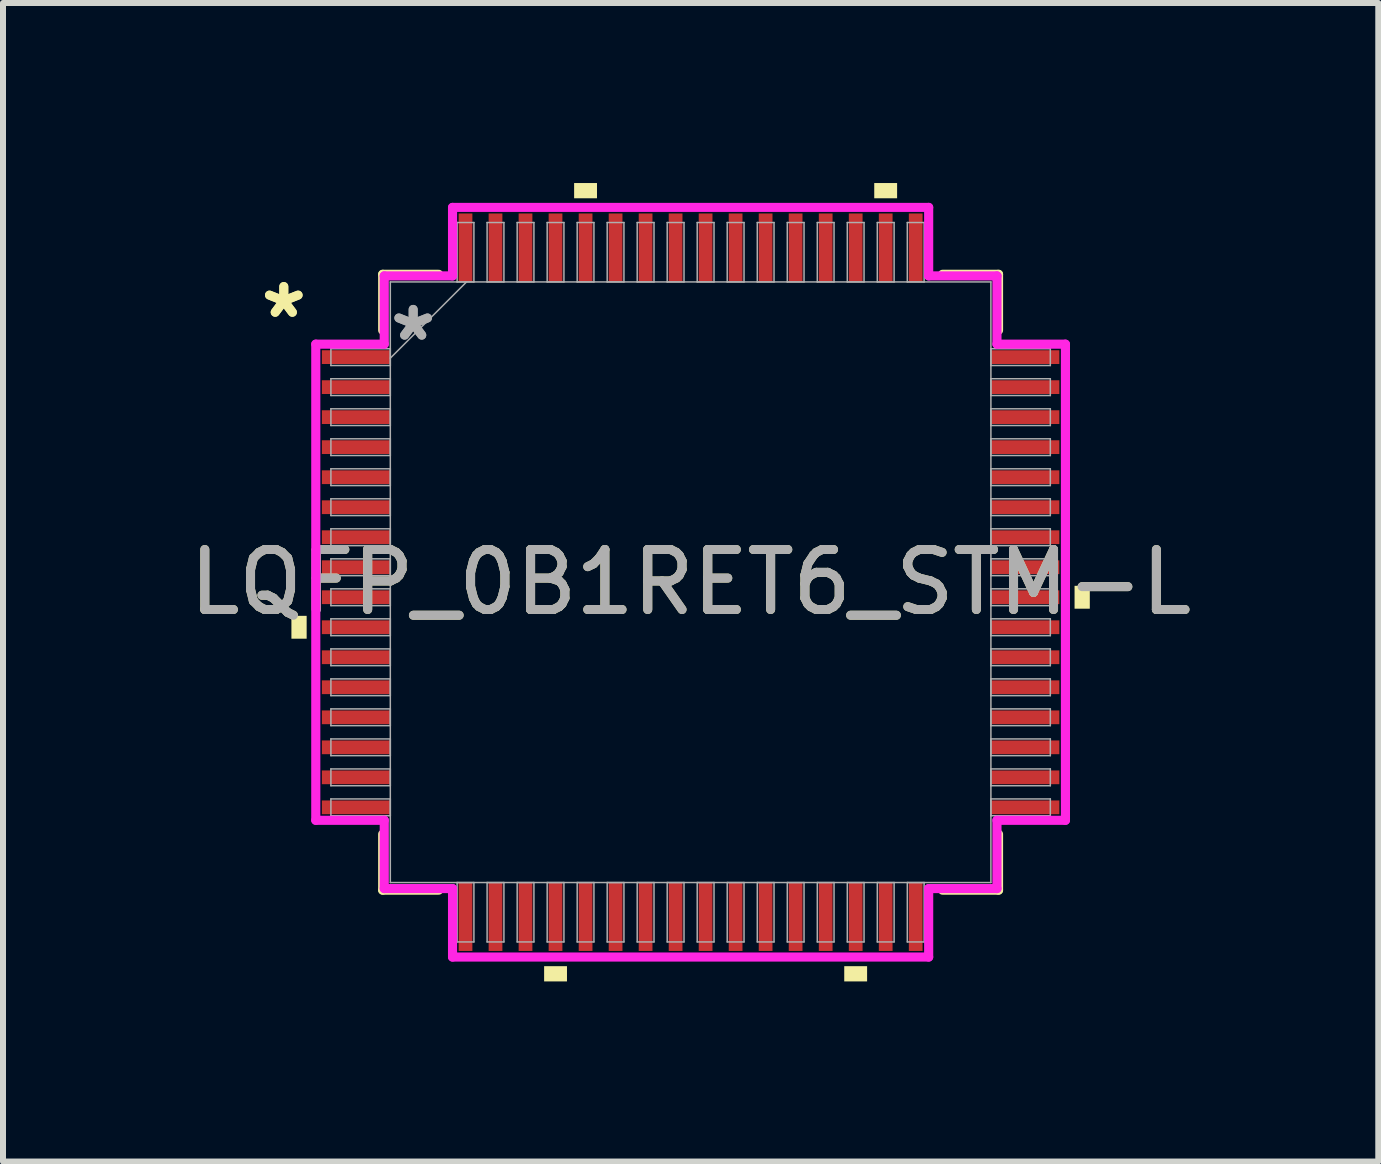
<source format=kicad_pcb>
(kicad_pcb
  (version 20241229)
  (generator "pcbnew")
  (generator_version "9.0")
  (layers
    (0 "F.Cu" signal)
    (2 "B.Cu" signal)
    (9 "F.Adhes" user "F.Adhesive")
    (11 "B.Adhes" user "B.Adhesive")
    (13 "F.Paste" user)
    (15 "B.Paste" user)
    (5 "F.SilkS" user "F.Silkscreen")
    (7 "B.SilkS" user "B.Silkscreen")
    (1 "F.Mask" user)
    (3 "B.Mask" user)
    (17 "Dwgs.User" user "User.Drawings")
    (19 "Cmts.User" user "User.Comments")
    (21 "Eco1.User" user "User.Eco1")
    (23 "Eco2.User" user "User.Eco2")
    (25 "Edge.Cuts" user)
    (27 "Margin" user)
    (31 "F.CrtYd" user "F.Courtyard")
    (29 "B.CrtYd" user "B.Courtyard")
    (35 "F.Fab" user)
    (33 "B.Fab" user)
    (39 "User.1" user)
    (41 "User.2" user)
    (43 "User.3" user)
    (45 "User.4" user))
  (footprint "LQFP_0B1RET6_STM-L"
    (layer "F.Cu")
    (at 8.458 6.652)
    (property "Reference" "LQFP_0B1RET6_STM-L" (at 0 0 0) (unlocked yes) (layer "F.SilkS") (effects (font (size 1 1) (thickness 0.15))))
    (attr smd)
    (fp_line (start -5.131 -5.131) (end -5.131 -4.198) (stroke (width 0.152) (type solid)) (layer "F.SilkS"))
    (fp_line (start -5.131 4.198) (end -5.131 5.131) (stroke (width 0.152) (type solid)) (layer "F.SilkS"))
    (fp_line (start -5.131 5.131) (end -4.198 5.131) (stroke (width 0.152) (type solid)) (layer "F.SilkS"))
    (fp_line (start -4.198 -5.131) (end -5.131 -5.131) (stroke (width 0.152) (type solid)) (layer "F.SilkS"))
    (fp_line (start 4.198 5.131) (end 5.131 5.131) (stroke (width 0.152) (type solid)) (layer "F.SilkS"))
    (fp_line (start 5.131 -5.131) (end 4.198 -5.131) (stroke (width 0.152) (type solid)) (layer "F.SilkS"))
    (fp_line (start 5.131 -4.198) (end 5.131 -5.131) (stroke (width 0.152) (type solid)) (layer "F.SilkS"))
    (fp_line (start 5.131 5.131) (end 5.131 4.198) (stroke (width 0.152) (type solid)) (layer "F.SilkS"))
    (fp_poly (pts (xy -6.652 0.56) (xy -6.652 0.941) (xy -6.398 0.941) (xy -6.398 0.56)) (stroke (width 0) (type solid)) (fill yes) (layer "F.SilkS"))
    (fp_poly (pts (xy -2.441 6.398) (xy -2.441 6.652) (xy -2.06 6.652) (xy -2.06 6.398)) (stroke (width 0) (type solid)) (fill yes) (layer "F.SilkS"))
    (fp_poly (pts (xy -1.941 -6.398) (xy -1.941 -6.652) (xy -1.56 -6.652) (xy -1.56 -6.398)) (stroke (width 0) (type solid)) (fill yes) (layer "F.SilkS"))
    (fp_poly (pts (xy 2.56 6.398) (xy 2.56 6.652) (xy 2.941 6.652) (xy 2.941 6.398)) (stroke (width 0) (type solid)) (fill yes) (layer "F.SilkS"))
    (fp_poly (pts (xy 3.06 -6.398) (xy 3.06 -6.652) (xy 3.441 -6.652) (xy 3.441 -6.398)) (stroke (width 0) (type solid)) (fill yes) (layer "F.SilkS"))
    (fp_poly (pts (xy 6.652 0.06) (xy 6.652 0.441) (xy 6.398 0.441) (xy 6.398 0.06)) (stroke (width 0) (type solid)) (fill yes) (layer "F.SilkS"))
    (fp_line (start -6.246 -3.967) (end -5.105 -3.967) (stroke (width 0.152) (type solid)) (layer "F.CrtYd"))
    (fp_line (start -6.246 3.967) (end -6.246 -3.967) (stroke (width 0.152) (type solid)) (layer "F.CrtYd"))
    (fp_line (start -5.105 -5.105) (end -3.967 -5.105) (stroke (width 0.152) (type solid)) (layer "F.CrtYd"))
    (fp_line (start -5.105 -3.967) (end -5.105 -5.105) (stroke (width 0.152) (type solid)) (layer "F.CrtYd"))
    (fp_line (start -5.105 3.967) (end -6.246 3.967) (stroke (width 0.152) (type solid)) (layer "F.CrtYd"))
    (fp_line (start -5.105 5.105) (end -5.105 3.967) (stroke (width 0.152) (type solid)) (layer "F.CrtYd"))
    (fp_line (start -5.105 5.105) (end -3.967 5.105) (stroke (width 0.152) (type solid)) (layer "F.CrtYd"))
    (fp_line (start -3.967 -6.246) (end 3.967 -6.246) (stroke (width 0.152) (type solid)) (layer "F.CrtYd"))
    (fp_line (start -3.967 -5.105) (end -3.967 -6.246) (stroke (width 0.152) (type solid)) (layer "F.CrtYd"))
    (fp_line (start -3.967 5.105) (end -3.967 6.246) (stroke (width 0.152) (type solid)) (layer "F.CrtYd"))
    (fp_line (start -3.967 6.246) (end 3.967 6.246) (stroke (width 0.152) (type solid)) (layer "F.CrtYd"))
    (fp_line (start 3.967 -6.246) (end 3.967 -5.105) (stroke (width 0.152) (type solid)) (layer "F.CrtYd"))
    (fp_line (start 3.967 -5.105) (end 5.105 -5.105) (stroke (width 0.152) (type solid)) (layer "F.CrtYd"))
    (fp_line (start 3.967 5.105) (end 5.105 5.105) (stroke (width 0.152) (type solid)) (layer "F.CrtYd"))
    (fp_line (start 3.967 6.246) (end 3.967 5.105) (stroke (width 0.152) (type solid)) (layer "F.CrtYd"))
    (fp_line (start 5.105 -3.967) (end 5.105 -5.105) (stroke (width 0.152) (type solid)) (layer "F.CrtYd"))
    (fp_line (start 5.105 3.967) (end 6.246 3.967) (stroke (width 0.152) (type solid)) (layer "F.CrtYd"))
    (fp_line (start 5.105 5.105) (end 5.105 3.967) (stroke (width 0.152) (type solid)) (layer "F.CrtYd"))
    (fp_line (start 6.246 -3.967) (end 5.105 -3.967) (stroke (width 0.152) (type solid)) (layer "F.CrtYd"))
    (fp_line (start 6.246 3.967) (end 6.246 -3.967) (stroke (width 0.152) (type solid)) (layer "F.CrtYd"))
    (fp_line (start -5.994 -3.891) (end -5.994 -3.611) (stroke (width 0.025) (type solid)) (layer "F.Fab"))
    (fp_line (start -5.994 -3.611) (end -5.004 -3.611) (stroke (width 0.025) (type solid)) (layer "F.Fab"))
    (fp_line (start -5.994 -3.391) (end -5.994 -3.111) (stroke (width 0.025) (type solid)) (layer "F.Fab"))
    (fp_line (start -5.994 -3.111) (end -5.004 -3.111) (stroke (width 0.025) (type solid)) (layer "F.Fab"))
    (fp_line (start -5.994 -2.89) (end -5.994 -2.611) (stroke (width 0.025) (type solid)) (layer "F.Fab"))
    (fp_line (start -5.994 -2.611) (end -5.004 -2.611) (stroke (width 0.025) (type solid)) (layer "F.Fab"))
    (fp_line (start -5.994 -2.39) (end -5.994 -2.111) (stroke (width 0.025) (type solid)) (layer "F.Fab"))
    (fp_line (start -5.994 -2.111) (end -5.004 -2.111) (stroke (width 0.025) (type solid)) (layer "F.Fab"))
    (fp_line (start -5.994 -1.89) (end -5.994 -1.611) (stroke (width 0.025) (type solid)) (layer "F.Fab"))
    (fp_line (start -5.994 -1.611) (end -5.004 -1.611) (stroke (width 0.025) (type solid)) (layer "F.Fab"))
    (fp_line (start -5.994 -1.39) (end -5.994 -1.111) (stroke (width 0.025) (type solid)) (layer "F.Fab"))
    (fp_line (start -5.994 -1.111) (end -5.004 -1.111) (stroke (width 0.025) (type solid)) (layer "F.Fab"))
    (fp_line (start -5.994 -0.89) (end -5.994 -0.61) (stroke (width 0.025) (type solid)) (layer "F.Fab"))
    (fp_line (start -5.994 -0.61) (end -5.004 -0.61) (stroke (width 0.025) (type solid)) (layer "F.Fab"))
    (fp_line (start -5.994 -0.39) (end -5.994 -0.11) (stroke (width 0.025) (type solid)) (layer "F.Fab"))
    (fp_line (start -5.994 -0.11) (end -5.004 -0.11) (stroke (width 0.025) (type solid)) (layer "F.Fab"))
    (fp_line (start -5.994 0.11) (end -5.994 0.39) (stroke (width 0.025) (type solid)) (layer "F.Fab"))
    (fp_line (start -5.994 0.39) (end -5.004 0.39) (stroke (width 0.025) (type solid)) (layer "F.Fab"))
    (fp_line (start -5.994 0.61) (end -5.994 0.89) (stroke (width 0.025) (type solid)) (layer "F.Fab"))
    (fp_line (start -5.994 0.89) (end -5.004 0.89) (stroke (width 0.025) (type solid)) (layer "F.Fab"))
    (fp_line (start -5.994 1.111) (end -5.994 1.39) (stroke (width 0.025) (type solid)) (layer "F.Fab"))
    (fp_line (start -5.994 1.39) (end -5.004 1.39) (stroke (width 0.025) (type solid)) (layer "F.Fab"))
    (fp_line (start -5.994 1.611) (end -5.994 1.89) (stroke (width 0.025) (type solid)) (layer "F.Fab"))
    (fp_line (start -5.994 1.89) (end -5.004 1.89) (stroke (width 0.025) (type solid)) (layer "F.Fab"))
    (fp_line (start -5.994 2.111) (end -5.994 2.39) (stroke (width 0.025) (type solid)) (layer "F.Fab"))
    (fp_line (start -5.994 2.39) (end -5.004 2.39) (stroke (width 0.025) (type solid)) (layer "F.Fab"))
    (fp_line (start -5.994 2.611) (end -5.994 2.89) (stroke (width 0.025) (type solid)) (layer "F.Fab"))
    (fp_line (start -5.994 2.89) (end -5.004 2.89) (stroke (width 0.025) (type solid)) (layer "F.Fab"))
    (fp_line (start -5.994 3.111) (end -5.994 3.391) (stroke (width 0.025) (type solid)) (layer "F.Fab"))
    (fp_line (start -5.994 3.391) (end -5.004 3.391) (stroke (width 0.025) (type solid)) (layer "F.Fab"))
    (fp_line (start -5.994 3.611) (end -5.994 3.891) (stroke (width 0.025) (type solid)) (layer "F.Fab"))
    (fp_line (start -5.994 3.891) (end -5.004 3.891) (stroke (width 0.025) (type solid)) (layer "F.Fab"))
    (fp_line (start -5.004 -5.004) (end -5.004 5.004) (stroke (width 0.025) (type solid)) (layer "F.Fab"))
    (fp_line (start -5.004 -3.891) (end -5.994 -3.891) (stroke (width 0.025) (type solid)) (layer "F.Fab"))
    (fp_line (start -5.004 -3.734) (end -3.734 -5.004) (stroke (width 0.025) (type solid)) (layer "F.Fab"))
    (fp_line (start -5.004 -3.611) (end -5.004 -3.891) (stroke (width 0.025) (type solid)) (layer "F.Fab"))
    (fp_line (start -5.004 -3.391) (end -5.994 -3.391) (stroke (width 0.025) (type solid)) (layer "F.Fab"))
    (fp_line (start -5.004 -3.111) (end -5.004 -3.391) (stroke (width 0.025) (type solid)) (layer "F.Fab"))
    (fp_line (start -5.004 -2.89) (end -5.994 -2.89) (stroke (width 0.025) (type solid)) (layer "F.Fab"))
    (fp_line (start -5.004 -2.611) (end -5.004 -2.89) (stroke (width 0.025) (type solid)) (layer "F.Fab"))
    (fp_line (start -5.004 -2.39) (end -5.994 -2.39) (stroke (width 0.025) (type solid)) (layer "F.Fab"))
    (fp_line (start -5.004 -2.111) (end -5.004 -2.39) (stroke (width 0.025) (type solid)) (layer "F.Fab"))
    (fp_line (start -5.004 -1.89) (end -5.994 -1.89) (stroke (width 0.025) (type solid)) (layer "F.Fab"))
    (fp_line (start -5.004 -1.611) (end -5.004 -1.89) (stroke (width 0.025) (type solid)) (layer "F.Fab"))
    (fp_line (start -5.004 -1.39) (end -5.994 -1.39) (stroke (width 0.025) (type solid)) (layer "F.Fab"))
    (fp_line (start -5.004 -1.111) (end -5.004 -1.39) (stroke (width 0.025) (type solid)) (layer "F.Fab"))
    (fp_line (start -5.004 -0.89) (end -5.994 -0.89) (stroke (width 0.025) (type solid)) (layer "F.Fab"))
    (fp_line (start -5.004 -0.61) (end -5.004 -0.89) (stroke (width 0.025) (type solid)) (layer "F.Fab"))
    (fp_line (start -5.004 -0.39) (end -5.994 -0.39) (stroke (width 0.025) (type solid)) (layer "F.Fab"))
    (fp_line (start -5.004 -0.11) (end -5.004 -0.39) (stroke (width 0.025) (type solid)) (layer "F.Fab"))
    (fp_line (start -5.004 0.11) (end -5.994 0.11) (stroke (width 0.025) (type solid)) (layer "F.Fab"))
    (fp_line (start -5.004 0.39) (end -5.004 0.11) (stroke (width 0.025) (type solid)) (layer "F.Fab"))
    (fp_line (start -5.004 0.61) (end -5.994 0.61) (stroke (width 0.025) (type solid)) (layer "F.Fab"))
    (fp_line (start -5.004 0.89) (end -5.004 0.61) (stroke (width 0.025) (type solid)) (layer "F.Fab"))
    (fp_line (start -5.004 1.111) (end -5.994 1.111) (stroke (width 0.025) (type solid)) (layer "F.Fab"))
    (fp_line (start -5.004 1.39) (end -5.004 1.111) (stroke (width 0.025) (type solid)) (layer "F.Fab"))
    (fp_line (start -5.004 1.611) (end -5.994 1.611) (stroke (width 0.025) (type solid)) (layer "F.Fab"))
    (fp_line (start -5.004 1.89) (end -5.004 1.611) (stroke (width 0.025) (type solid)) (layer "F.Fab"))
    (fp_line (start -5.004 2.111) (end -5.994 2.111) (stroke (width 0.025) (type solid)) (layer "F.Fab"))
    (fp_line (start -5.004 2.39) (end -5.004 2.111) (stroke (width 0.025) (type solid)) (layer "F.Fab"))
    (fp_line (start -5.004 2.611) (end -5.994 2.611) (stroke (width 0.025) (type solid)) (layer "F.Fab"))
    (fp_line (start -5.004 2.89) (end -5.004 2.611) (stroke (width 0.025) (type solid)) (layer "F.Fab"))
    (fp_line (start -5.004 3.111) (end -5.994 3.111) (stroke (width 0.025) (type solid)) (layer "F.Fab"))
    (fp_line (start -5.004 3.391) (end -5.004 3.111) (stroke (width 0.025) (type solid)) (layer "F.Fab"))
    (fp_line (start -5.004 3.611) (end -5.994 3.611) (stroke (width 0.025) (type solid)) (layer "F.Fab"))
    (fp_line (start -5.004 3.891) (end -5.004 3.611) (stroke (width 0.025) (type solid)) (layer "F.Fab"))
    (fp_line (start -5.004 5.004) (end 5.004 5.004) (stroke (width 0.025) (type solid)) (layer "F.Fab"))
    (fp_line (start -3.891 -5.994) (end -3.891 -5.004) (stroke (width 0.025) (type solid)) (layer "F.Fab"))
    (fp_line (start -3.891 -5.004) (end -3.611 -5.004) (stroke (width 0.025) (type solid)) (layer "F.Fab"))
    (fp_line (start -3.891 5.004) (end -3.891 5.994) (stroke (width 0.025) (type solid)) (layer "F.Fab"))
    (fp_line (start -3.891 5.994) (end -3.611 5.994) (stroke (width 0.025) (type solid)) (layer "F.Fab"))
    (fp_line (start -3.611 -5.994) (end -3.891 -5.994) (stroke (width 0.025) (type solid)) (layer "F.Fab"))
    (fp_line (start -3.611 -5.004) (end -3.611 -5.994) (stroke (width 0.025) (type solid)) (layer "F.Fab"))
    (fp_line (start -3.611 5.004) (end -3.891 5.004) (stroke (width 0.025) (type solid)) (layer "F.Fab"))
    (fp_line (start -3.611 5.994) (end -3.611 5.004) (stroke (width 0.025) (type solid)) (layer "F.Fab"))
    (fp_line (start -3.391 -5.994) (end -3.391 -5.004) (stroke (width 0.025) (type solid)) (layer "F.Fab"))
    (fp_line (start -3.391 -5.004) (end -3.111 -5.004) (stroke (width 0.025) (type solid)) (layer "F.Fab"))
    (fp_line (start -3.391 5.004) (end -3.391 5.994) (stroke (width 0.025) (type solid)) (layer "F.Fab"))
    (fp_line (start -3.391 5.994) (end -3.111 5.994) (stroke (width 0.025) (type solid)) (layer "F.Fab"))
    (fp_line (start -3.111 -5.994) (end -3.391 -5.994) (stroke (width 0.025) (type solid)) (layer "F.Fab"))
    (fp_line (start -3.111 -5.004) (end -3.111 -5.994) (stroke (width 0.025) (type solid)) (layer "F.Fab"))
    (fp_line (start -3.111 5.004) (end -3.391 5.004) (stroke (width 0.025) (type solid)) (layer "F.Fab"))
    (fp_line (start -3.111 5.994) (end -3.111 5.004) (stroke (width 0.025) (type solid)) (layer "F.Fab"))
    (fp_line (start -2.89 -5.994) (end -2.89 -5.004) (stroke (width 0.025) (type solid)) (layer "F.Fab"))
    (fp_line (start -2.89 -5.004) (end -2.611 -5.004) (stroke (width 0.025) (type solid)) (layer "F.Fab"))
    (fp_line (start -2.89 5.004) (end -2.89 5.994) (stroke (width 0.025) (type solid)) (layer "F.Fab"))
    (fp_line (start -2.89 5.994) (end -2.611 5.994) (stroke (width 0.025) (type solid)) (layer "F.Fab"))
    (fp_line (start -2.611 -5.994) (end -2.89 -5.994) (stroke (width 0.025) (type solid)) (layer "F.Fab"))
    (fp_line (start -2.611 -5.004) (end -2.611 -5.994) (stroke (width 0.025) (type solid)) (layer "F.Fab"))
    (fp_line (start -2.611 5.004) (end -2.89 5.004) (stroke (width 0.025) (type solid)) (layer "F.Fab"))
    (fp_line (start -2.611 5.994) (end -2.611 5.004) (stroke (width 0.025) (type solid)) (layer "F.Fab"))
    (fp_line (start -2.39 -5.994) (end -2.39 -5.004) (stroke (width 0.025) (type solid)) (layer "F.Fab"))
    (fp_line (start -2.39 -5.004) (end -2.111 -5.004) (stroke (width 0.025) (type solid)) (layer "F.Fab"))
    (fp_line (start -2.39 5.004) (end -2.39 5.994) (stroke (width 0.025) (type solid)) (layer "F.Fab"))
    (fp_line (start -2.39 5.994) (end -2.111 5.994) (stroke (width 0.025) (type solid)) (layer "F.Fab"))
    (fp_line (start -2.111 -5.994) (end -2.39 -5.994) (stroke (width 0.025) (type solid)) (layer "F.Fab"))
    (fp_line (start -2.111 -5.004) (end -2.111 -5.994) (stroke (width 0.025) (type solid)) (layer "F.Fab"))
    (fp_line (start -2.111 5.004) (end -2.39 5.004) (stroke (width 0.025) (type solid)) (layer "F.Fab"))
    (fp_line (start -2.111 5.994) (end -2.111 5.004) (stroke (width 0.025) (type solid)) (layer "F.Fab"))
    (fp_line (start -1.89 -5.994) (end -1.89 -5.004) (stroke (width 0.025) (type solid)) (layer "F.Fab"))
    (fp_line (start -1.89 -5.004) (end -1.611 -5.004) (stroke (width 0.025) (type solid)) (layer "F.Fab"))
    (fp_line (start -1.89 5.004) (end -1.89 5.994) (stroke (width 0.025) (type solid)) (layer "F.Fab"))
    (fp_line (start -1.89 5.994) (end -1.611 5.994) (stroke (width 0.025) (type solid)) (layer "F.Fab"))
    (fp_line (start -1.611 -5.994) (end -1.89 -5.994) (stroke (width 0.025) (type solid)) (layer "F.Fab"))
    (fp_line (start -1.611 -5.004) (end -1.611 -5.994) (stroke (width 0.025) (type solid)) (layer "F.Fab"))
    (fp_line (start -1.611 5.004) (end -1.89 5.004) (stroke (width 0.025) (type solid)) (layer "F.Fab"))
    (fp_line (start -1.611 5.994) (end -1.611 5.004) (stroke (width 0.025) (type solid)) (layer "F.Fab"))
    (fp_line (start -1.39 -5.994) (end -1.39 -5.004) (stroke (width 0.025) (type solid)) (layer "F.Fab"))
    (fp_line (start -1.39 -5.004) (end -1.111 -5.004) (stroke (width 0.025) (type solid)) (layer "F.Fab"))
    (fp_line (start -1.39 5.004) (end -1.39 5.994) (stroke (width 0.025) (type solid)) (layer "F.Fab"))
    (fp_line (start -1.39 5.994) (end -1.111 5.994) (stroke (width 0.025) (type solid)) (layer "F.Fab"))
    (fp_line (start -1.111 -5.994) (end -1.39 -5.994) (stroke (width 0.025) (type solid)) (layer "F.Fab"))
    (fp_line (start -1.111 -5.004) (end -1.111 -5.994) (stroke (width 0.025) (type solid)) (layer "F.Fab"))
    (fp_line (start -1.111 5.004) (end -1.39 5.004) (stroke (width 0.025) (type solid)) (layer "F.Fab"))
    (fp_line (start -1.111 5.994) (end -1.111 5.004) (stroke (width 0.025) (type solid)) (layer "F.Fab"))
    (fp_line (start -0.89 -5.994) (end -0.89 -5.004) (stroke (width 0.025) (type solid)) (layer "F.Fab"))
    (fp_line (start -0.89 -5.004) (end -0.61 -5.004) (stroke (width 0.025) (type solid)) (layer "F.Fab"))
    (fp_line (start -0.89 5.004) (end -0.89 5.994) (stroke (width 0.025) (type solid)) (layer "F.Fab"))
    (fp_line (start -0.89 5.994) (end -0.61 5.994) (stroke (width 0.025) (type solid)) (layer "F.Fab"))
    (fp_line (start -0.61 -5.994) (end -0.89 -5.994) (stroke (width 0.025) (type solid)) (layer "F.Fab"))
    (fp_line (start -0.61 -5.004) (end -0.61 -5.994) (stroke (width 0.025) (type solid)) (layer "F.Fab"))
    (fp_line (start -0.61 5.004) (end -0.89 5.004) (stroke (width 0.025) (type solid)) (layer "F.Fab"))
    (fp_line (start -0.61 5.994) (end -0.61 5.004) (stroke (width 0.025) (type solid)) (layer "F.Fab"))
    (fp_line (start -0.39 -5.994) (end -0.39 -5.004) (stroke (width 0.025) (type solid)) (layer "F.Fab"))
    (fp_line (start -0.39 -5.004) (end -0.11 -5.004) (stroke (width 0.025) (type solid)) (layer "F.Fab"))
    (fp_line (start -0.39 5.004) (end -0.39 5.994) (stroke (width 0.025) (type solid)) (layer "F.Fab"))
    (fp_line (start -0.39 5.994) (end -0.11 5.994) (stroke (width 0.025) (type solid)) (layer "F.Fab"))
    (fp_line (start -0.11 -5.994) (end -0.39 -5.994) (stroke (width 0.025) (type solid)) (layer "F.Fab"))
    (fp_line (start -0.11 -5.004) (end -0.11 -5.994) (stroke (width 0.025) (type solid)) (layer "F.Fab"))
    (fp_line (start -0.11 5.004) (end -0.39 5.004) (stroke (width 0.025) (type solid)) (layer "F.Fab"))
    (fp_line (start -0.11 5.994) (end -0.11 5.004) (stroke (width 0.025) (type solid)) (layer "F.Fab"))
    (fp_line (start 0.11 -5.994) (end 0.11 -5.004) (stroke (width 0.025) (type solid)) (layer "F.Fab"))
    (fp_line (start 0.11 -5.004) (end 0.39 -5.004) (stroke (width 0.025) (type solid)) (layer "F.Fab"))
    (fp_line (start 0.11 5.004) (end 0.11 5.994) (stroke (width 0.025) (type solid)) (layer "F.Fab"))
    (fp_line (start 0.11 5.994) (end 0.39 5.994) (stroke (width 0.025) (type solid)) (layer "F.Fab"))
    (fp_line (start 0.39 -5.994) (end 0.11 -5.994) (stroke (width 0.025) (type solid)) (layer "F.Fab"))
    (fp_line (start 0.39 -5.004) (end 0.39 -5.994) (stroke (width 0.025) (type solid)) (layer "F.Fab"))
    (fp_line (start 0.39 5.004) (end 0.11 5.004) (stroke (width 0.025) (type solid)) (layer "F.Fab"))
    (fp_line (start 0.39 5.994) (end 0.39 5.004) (stroke (width 0.025) (type solid)) (layer "F.Fab"))
    (fp_line (start 0.61 -5.994) (end 0.61 -5.004) (stroke (width 0.025) (type solid)) (layer "F.Fab"))
    (fp_line (start 0.61 -5.004) (end 0.89 -5.004) (stroke (width 0.025) (type solid)) (layer "F.Fab"))
    (fp_line (start 0.61 5.004) (end 0.61 5.994) (stroke (width 0.025) (type solid)) (layer "F.Fab"))
    (fp_line (start 0.61 5.994) (end 0.89 5.994) (stroke (width 0.025) (type solid)) (layer "F.Fab"))
    (fp_line (start 0.89 -5.994) (end 0.61 -5.994) (stroke (width 0.025) (type solid)) (layer "F.Fab"))
    (fp_line (start 0.89 -5.004) (end 0.89 -5.994) (stroke (width 0.025) (type solid)) (layer "F.Fab"))
    (fp_line (start 0.89 5.004) (end 0.61 5.004) (stroke (width 0.025) (type solid)) (layer "F.Fab"))
    (fp_line (start 0.89 5.994) (end 0.89 5.004) (stroke (width 0.025) (type solid)) (layer "F.Fab"))
    (fp_line (start 1.111 -5.994) (end 1.111 -5.004) (stroke (width 0.025) (type solid)) (layer "F.Fab"))
    (fp_line (start 1.111 -5.004) (end 1.39 -5.004) (stroke (width 0.025) (type solid)) (layer "F.Fab"))
    (fp_line (start 1.111 5.004) (end 1.111 5.994) (stroke (width 0.025) (type solid)) (layer "F.Fab"))
    (fp_line (start 1.111 5.994) (end 1.39 5.994) (stroke (width 0.025) (type solid)) (layer "F.Fab"))
    (fp_line (start 1.39 -5.994) (end 1.111 -5.994) (stroke (width 0.025) (type solid)) (layer "F.Fab"))
    (fp_line (start 1.39 -5.004) (end 1.39 -5.994) (stroke (width 0.025) (type solid)) (layer "F.Fab"))
    (fp_line (start 1.39 5.004) (end 1.111 5.004) (stroke (width 0.025) (type solid)) (layer "F.Fab"))
    (fp_line (start 1.39 5.994) (end 1.39 5.004) (stroke (width 0.025) (type solid)) (layer "F.Fab"))
    (fp_line (start 1.611 -5.994) (end 1.611 -5.004) (stroke (width 0.025) (type solid)) (layer "F.Fab"))
    (fp_line (start 1.611 -5.004) (end 1.89 -5.004) (stroke (width 0.025) (type solid)) (layer "F.Fab"))
    (fp_line (start 1.611 5.004) (end 1.611 5.994) (stroke (width 0.025) (type solid)) (layer "F.Fab"))
    (fp_line (start 1.611 5.994) (end 1.89 5.994) (stroke (width 0.025) (type solid)) (layer "F.Fab"))
    (fp_line (start 1.89 -5.994) (end 1.611 -5.994) (stroke (width 0.025) (type solid)) (layer "F.Fab"))
    (fp_line (start 1.89 -5.004) (end 1.89 -5.994) (stroke (width 0.025) (type solid)) (layer "F.Fab"))
    (fp_line (start 1.89 5.004) (end 1.611 5.004) (stroke (width 0.025) (type solid)) (layer "F.Fab"))
    (fp_line (start 1.89 5.994) (end 1.89 5.004) (stroke (width 0.025) (type solid)) (layer "F.Fab"))
    (fp_line (start 2.111 -5.994) (end 2.111 -5.004) (stroke (width 0.025) (type solid)) (layer "F.Fab"))
    (fp_line (start 2.111 -5.004) (end 2.39 -5.004) (stroke (width 0.025) (type solid)) (layer "F.Fab"))
    (fp_line (start 2.111 5.004) (end 2.111 5.994) (stroke (width 0.025) (type solid)) (layer "F.Fab"))
    (fp_line (start 2.111 5.994) (end 2.39 5.994) (stroke (width 0.025) (type solid)) (layer "F.Fab"))
    (fp_line (start 2.39 -5.994) (end 2.111 -5.994) (stroke (width 0.025) (type solid)) (layer "F.Fab"))
    (fp_line (start 2.39 -5.004) (end 2.39 -5.994) (stroke (width 0.025) (type solid)) (layer "F.Fab"))
    (fp_line (start 2.39 5.004) (end 2.111 5.004) (stroke (width 0.025) (type solid)) (layer "F.Fab"))
    (fp_line (start 2.39 5.994) (end 2.39 5.004) (stroke (width 0.025) (type solid)) (layer "F.Fab"))
    (fp_line (start 2.611 -5.994) (end 2.611 -5.004) (stroke (width 0.025) (type solid)) (layer "F.Fab"))
    (fp_line (start 2.611 -5.004) (end 2.89 -5.004) (stroke (width 0.025) (type solid)) (layer "F.Fab"))
    (fp_line (start 2.611 5.004) (end 2.611 5.994) (stroke (width 0.025) (type solid)) (layer "F.Fab"))
    (fp_line (start 2.611 5.994) (end 2.89 5.994) (stroke (width 0.025) (type solid)) (layer "F.Fab"))
    (fp_line (start 2.89 -5.994) (end 2.611 -5.994) (stroke (width 0.025) (type solid)) (layer "F.Fab"))
    (fp_line (start 2.89 -5.004) (end 2.89 -5.994) (stroke (width 0.025) (type solid)) (layer "F.Fab"))
    (fp_line (start 2.89 5.004) (end 2.611 5.004) (stroke (width 0.025) (type solid)) (layer "F.Fab"))
    (fp_line (start 2.89 5.994) (end 2.89 5.004) (stroke (width 0.025) (type solid)) (layer "F.Fab"))
    (fp_line (start 3.111 -5.994) (end 3.111 -5.004) (stroke (width 0.025) (type solid)) (layer "F.Fab"))
    (fp_line (start 3.111 -5.004) (end 3.391 -5.004) (stroke (width 0.025) (type solid)) (layer "F.Fab"))
    (fp_line (start 3.111 5.004) (end 3.111 5.994) (stroke (width 0.025) (type solid)) (layer "F.Fab"))
    (fp_line (start 3.111 5.994) (end 3.391 5.994) (stroke (width 0.025) (type solid)) (layer "F.Fab"))
    (fp_line (start 3.391 -5.994) (end 3.111 -5.994) (stroke (width 0.025) (type solid)) (layer "F.Fab"))
    (fp_line (start 3.391 -5.004) (end 3.391 -5.994) (stroke (width 0.025) (type solid)) (layer "F.Fab"))
    (fp_line (start 3.391 5.004) (end 3.111 5.004) (stroke (width 0.025) (type solid)) (layer "F.Fab"))
    (fp_line (start 3.391 5.994) (end 3.391 5.004) (stroke (width 0.025) (type solid)) (layer "F.Fab"))
    (fp_line (start 3.611 -5.994) (end 3.611 -5.004) (stroke (width 0.025) (type solid)) (layer "F.Fab"))
    (fp_line (start 3.611 -5.004) (end 3.891 -5.004) (stroke (width 0.025) (type solid)) (layer "F.Fab"))
    (fp_line (start 3.611 5.004) (end 3.611 5.994) (stroke (width 0.025) (type solid)) (layer "F.Fab"))
    (fp_line (start 3.611 5.994) (end 3.891 5.994) (stroke (width 0.025) (type solid)) (layer "F.Fab"))
    (fp_line (start 3.891 -5.994) (end 3.611 -5.994) (stroke (width 0.025) (type solid)) (layer "F.Fab"))
    (fp_line (start 3.891 -5.004) (end 3.891 -5.994) (stroke (width 0.025) (type solid)) (layer "F.Fab"))
    (fp_line (start 3.891 5.004) (end 3.611 5.004) (stroke (width 0.025) (type solid)) (layer "F.Fab"))
    (fp_line (start 3.891 5.994) (end 3.891 5.004) (stroke (width 0.025) (type solid)) (layer "F.Fab"))
    (fp_line (start 5.004 -5.004) (end -5.004 -5.004) (stroke (width 0.025) (type solid)) (layer "F.Fab"))
    (fp_line (start 5.004 -3.891) (end 5.004 -3.611) (stroke (width 0.025) (type solid)) (layer "F.Fab"))
    (fp_line (start 5.004 -3.611) (end 5.994 -3.611) (stroke (width 0.025) (type solid)) (layer "F.Fab"))
    (fp_line (start 5.004 -3.391) (end 5.004 -3.111) (stroke (width 0.025) (type solid)) (layer "F.Fab"))
    (fp_line (start 5.004 -3.111) (end 5.994 -3.111) (stroke (width 0.025) (type solid)) (layer "F.Fab"))
    (fp_line (start 5.004 -2.89) (end 5.004 -2.611) (stroke (width 0.025) (type solid)) (layer "F.Fab"))
    (fp_line (start 5.004 -2.611) (end 5.994 -2.611) (stroke (width 0.025) (type solid)) (layer "F.Fab"))
    (fp_line (start 5.004 -2.39) (end 5.004 -2.111) (stroke (width 0.025) (type solid)) (layer "F.Fab"))
    (fp_line (start 5.004 -2.111) (end 5.994 -2.111) (stroke (width 0.025) (type solid)) (layer "F.Fab"))
    (fp_line (start 5.004 -1.89) (end 5.004 -1.611) (stroke (width 0.025) (type solid)) (layer "F.Fab"))
    (fp_line (start 5.004 -1.611) (end 5.994 -1.611) (stroke (width 0.025) (type solid)) (layer "F.Fab"))
    (fp_line (start 5.004 -1.39) (end 5.004 -1.111) (stroke (width 0.025) (type solid)) (layer "F.Fab"))
    (fp_line (start 5.004 -1.111) (end 5.994 -1.111) (stroke (width 0.025) (type solid)) (layer "F.Fab"))
    (fp_line (start 5.004 -0.89) (end 5.004 -0.61) (stroke (width 0.025) (type solid)) (layer "F.Fab"))
    (fp_line (start 5.004 -0.61) (end 5.994 -0.61) (stroke (width 0.025) (type solid)) (layer "F.Fab"))
    (fp_line (start 5.004 -0.39) (end 5.004 -0.11) (stroke (width 0.025) (type solid)) (layer "F.Fab"))
    (fp_line (start 5.004 -0.11) (end 5.994 -0.11) (stroke (width 0.025) (type solid)) (layer "F.Fab"))
    (fp_line (start 5.004 0.11) (end 5.004 0.39) (stroke (width 0.025) (type solid)) (layer "F.Fab"))
    (fp_line (start 5.004 0.39) (end 5.994 0.39) (stroke (width 0.025) (type solid)) (layer "F.Fab"))
    (fp_line (start 5.004 0.61) (end 5.004 0.89) (stroke (width 0.025) (type solid)) (layer "F.Fab"))
    (fp_line (start 5.004 0.89) (end 5.994 0.89) (stroke (width 0.025) (type solid)) (layer "F.Fab"))
    (fp_line (start 5.004 1.111) (end 5.004 1.39) (stroke (width 0.025) (type solid)) (layer "F.Fab"))
    (fp_line (start 5.004 1.39) (end 5.994 1.39) (stroke (width 0.025) (type solid)) (layer "F.Fab"))
    (fp_line (start 5.004 1.611) (end 5.004 1.89) (stroke (width 0.025) (type solid)) (layer "F.Fab"))
    (fp_line (start 5.004 1.89) (end 5.994 1.89) (stroke (width 0.025) (type solid)) (layer "F.Fab"))
    (fp_line (start 5.004 2.111) (end 5.004 2.39) (stroke (width 0.025) (type solid)) (layer "F.Fab"))
    (fp_line (start 5.004 2.39) (end 5.994 2.39) (stroke (width 0.025) (type solid)) (layer "F.Fab"))
    (fp_line (start 5.004 2.611) (end 5.004 2.89) (stroke (width 0.025) (type solid)) (layer "F.Fab"))
    (fp_line (start 5.004 2.89) (end 5.994 2.89) (stroke (width 0.025) (type solid)) (layer "F.Fab"))
    (fp_line (start 5.004 3.111) (end 5.004 3.391) (stroke (width 0.025) (type solid)) (layer "F.Fab"))
    (fp_line (start 5.004 3.391) (end 5.994 3.391) (stroke (width 0.025) (type solid)) (layer "F.Fab"))
    (fp_line (start 5.004 3.611) (end 5.004 3.891) (stroke (width 0.025) (type solid)) (layer "F.Fab"))
    (fp_line (start 5.004 3.891) (end 5.994 3.891) (stroke (width 0.025) (type solid)) (layer "F.Fab"))
    (fp_line (start 5.004 5.004) (end 5.004 -5.004) (stroke (width 0.025) (type solid)) (layer "F.Fab"))
    (fp_line (start 5.994 -3.891) (end 5.004 -3.891) (stroke (width 0.025) (type solid)) (layer "F.Fab"))
    (fp_line (start 5.994 -3.611) (end 5.994 -3.891) (stroke (width 0.025) (type solid)) (layer "F.Fab"))
    (fp_line (start 5.994 -3.391) (end 5.004 -3.391) (stroke (width 0.025) (type solid)) (layer "F.Fab"))
    (fp_line (start 5.994 -3.111) (end 5.994 -3.391) (stroke (width 0.025) (type solid)) (layer "F.Fab"))
    (fp_line (start 5.994 -2.89) (end 5.004 -2.89) (stroke (width 0.025) (type solid)) (layer "F.Fab"))
    (fp_line (start 5.994 -2.611) (end 5.994 -2.89) (stroke (width 0.025) (type solid)) (layer "F.Fab"))
    (fp_line (start 5.994 -2.39) (end 5.004 -2.39) (stroke (width 0.025) (type solid)) (layer "F.Fab"))
    (fp_line (start 5.994 -2.111) (end 5.994 -2.39) (stroke (width 0.025) (type solid)) (layer "F.Fab"))
    (fp_line (start 5.994 -1.89) (end 5.004 -1.89) (stroke (width 0.025) (type solid)) (layer "F.Fab"))
    (fp_line (start 5.994 -1.611) (end 5.994 -1.89) (stroke (width 0.025) (type solid)) (layer "F.Fab"))
    (fp_line (start 5.994 -1.39) (end 5.004 -1.39) (stroke (width 0.025) (type solid)) (layer "F.Fab"))
    (fp_line (start 5.994 -1.111) (end 5.994 -1.39) (stroke (width 0.025) (type solid)) (layer "F.Fab"))
    (fp_line (start 5.994 -0.89) (end 5.004 -0.89) (stroke (width 0.025) (type solid)) (layer "F.Fab"))
    (fp_line (start 5.994 -0.61) (end 5.994 -0.89) (stroke (width 0.025) (type solid)) (layer "F.Fab"))
    (fp_line (start 5.994 -0.39) (end 5.004 -0.39) (stroke (width 0.025) (type solid)) (layer "F.Fab"))
    (fp_line (start 5.994 -0.11) (end 5.994 -0.39) (stroke (width 0.025) (type solid)) (layer "F.Fab"))
    (fp_line (start 5.994 0.11) (end 5.004 0.11) (stroke (width 0.025) (type solid)) (layer "F.Fab"))
    (fp_line (start 5.994 0.39) (end 5.994 0.11) (stroke (width 0.025) (type solid)) (layer "F.Fab"))
    (fp_line (start 5.994 0.61) (end 5.004 0.61) (stroke (width 0.025) (type solid)) (layer "F.Fab"))
    (fp_line (start 5.994 0.89) (end 5.994 0.61) (stroke (width 0.025) (type solid)) (layer "F.Fab"))
    (fp_line (start 5.994 1.111) (end 5.004 1.111) (stroke (width 0.025) (type solid)) (layer "F.Fab"))
    (fp_line (start 5.994 1.39) (end 5.994 1.111) (stroke (width 0.025) (type solid)) (layer "F.Fab"))
    (fp_line (start 5.994 1.611) (end 5.004 1.611) (stroke (width 0.025) (type solid)) (layer "F.Fab"))
    (fp_line (start 5.994 1.89) (end 5.994 1.611) (stroke (width 0.025) (type solid)) (layer "F.Fab"))
    (fp_line (start 5.994 2.111) (end 5.004 2.111) (stroke (width 0.025) (type solid)) (layer "F.Fab"))
    (fp_line (start 5.994 2.39) (end 5.994 2.111) (stroke (width 0.025) (type solid)) (layer "F.Fab"))
    (fp_line (start 5.994 2.611) (end 5.004 2.611) (stroke (width 0.025) (type solid)) (layer "F.Fab"))
    (fp_line (start 5.994 2.89) (end 5.994 2.611) (stroke (width 0.025) (type solid)) (layer "F.Fab"))
    (fp_line (start 5.994 3.111) (end 5.004 3.111) (stroke (width 0.025) (type solid)) (layer "F.Fab"))
    (fp_line (start 5.994 3.391) (end 5.994 3.111) (stroke (width 0.025) (type solid)) (layer "F.Fab"))
    (fp_line (start 5.994 3.611) (end 5.004 3.611) (stroke (width 0.025) (type solid)) (layer "F.Fab"))
    (fp_line (start 5.994 3.891) (end 5.994 3.611) (stroke (width 0.025) (type solid)) (layer "F.Fab"))
    (fp_text user "*" (at -6.779 -4.382 0) (unlocked yes) (layer "F.SilkS") (effects (font (size 1 1) (thickness 0.15))))
    (fp_text user "*" (at -6.779 -4.382 0) (layer "F.SilkS") (effects (font (size 1 1) (thickness 0.15))))
    (fp_text user "*" (at -4.623 -4.001 0) (unlocked yes) (layer "F.Fab") (effects (font (size 1 1) (thickness 0.15))))
    (fp_text user "${REFERENCE}" (at 0 0 0) (unlocked yes) (layer "F.Fab") (effects (font (size 1 1) (thickness 0.15))))
    (fp_text user "*" (at -4.623 -4.001 0) (layer "F.Fab") (effects (font (size 1 1) (thickness 0.15))))
    (pad "1" smd rect (at -5.574 -3.751 90) (size 0.229 1.141) (layers "F.Cu" "F.Mask" "F.Paste"))
    (pad "2" smd rect (at -5.574 -3.251 90) (size 0.229 1.141) (layers "F.Cu" "F.Mask" "F.Paste"))
    (pad "3" smd rect (at -5.574 -2.751 90) (size 0.229 1.141) (layers "F.Cu" "F.Mask" "F.Paste"))
    (pad "4" smd rect (at -5.574 -2.251 90) (size 0.229 1.141) (layers "F.Cu" "F.Mask" "F.Paste"))
    (pad "5" smd rect (at -5.574 -1.75 90) (size 0.229 1.141) (layers "F.Cu" "F.Mask" "F.Paste"))
    (pad "6" smd rect (at -5.574 -1.25 90) (size 0.229 1.141) (layers "F.Cu" "F.Mask" "F.Paste"))
    (pad "7" smd rect (at -5.574 -0.75 90) (size 0.229 1.141) (layers "F.Cu" "F.Mask" "F.Paste"))
    (pad "8" smd rect (at -5.574 -0.25 90) (size 0.229 1.141) (layers "F.Cu" "F.Mask" "F.Paste"))
    (pad "9" smd rect (at -5.574 0.25 90) (size 0.229 1.141) (layers "F.Cu" "F.Mask" "F.Paste"))
    (pad "10" smd rect (at -5.574 0.75 90) (size 0.229 1.141) (layers "F.Cu" "F.Mask" "F.Paste"))
    (pad "11" smd rect (at -5.574 1.25 90) (size 0.229 1.141) (layers "F.Cu" "F.Mask" "F.Paste"))
    (pad "12" smd rect (at -5.574 1.75 90) (size 0.229 1.141) (layers "F.Cu" "F.Mask" "F.Paste"))
    (pad "13" smd rect (at -5.574 2.251 90) (size 0.229 1.141) (layers "F.Cu" "F.Mask" "F.Paste"))
    (pad "14" smd rect (at -5.574 2.751 90) (size 0.229 1.141) (layers "F.Cu" "F.Mask" "F.Paste"))
    (pad "15" smd rect (at -5.574 3.251 90) (size 0.229 1.141) (layers "F.Cu" "F.Mask" "F.Paste"))
    (pad "16" smd rect (at -5.574 3.751 90) (size 0.229 1.141) (layers "F.Cu" "F.Mask" "F.Paste"))
    (pad "17" smd rect (at -3.751 5.574) (size 0.229 1.141) (layers "F.Cu" "F.Mask" "F.Paste"))
    (pad "18" smd rect (at -3.251 5.574) (size 0.229 1.141) (layers "F.Cu" "F.Mask" "F.Paste"))
    (pad "19" smd rect (at -2.751 5.574) (size 0.229 1.141) (layers "F.Cu" "F.Mask" "F.Paste"))
    (pad "20" smd rect (at -2.251 5.574) (size 0.229 1.141) (layers "F.Cu" "F.Mask" "F.Paste"))
    (pad "21" smd rect (at -1.75 5.574) (size 0.229 1.141) (layers "F.Cu" "F.Mask" "F.Paste"))
    (pad "22" smd rect (at -1.25 5.574) (size 0.229 1.141) (layers "F.Cu" "F.Mask" "F.Paste"))
    (pad "23" smd rect (at -0.75 5.574) (size 0.229 1.141) (layers "F.Cu" "F.Mask" "F.Paste"))
    (pad "24" smd rect (at -0.25 5.574) (size 0.229 1.141) (layers "F.Cu" "F.Mask" "F.Paste"))
    (pad "25" smd rect (at 0.25 5.574) (size 0.229 1.141) (layers "F.Cu" "F.Mask" "F.Paste"))
    (pad "26" smd rect (at 0.75 5.574) (size 0.229 1.141) (layers "F.Cu" "F.Mask" "F.Paste"))
    (pad "27" smd rect (at 1.25 5.574) (size 0.229 1.141) (layers "F.Cu" "F.Mask" "F.Paste"))
    (pad "28" smd rect (at 1.75 5.574) (size 0.229 1.141) (layers "F.Cu" "F.Mask" "F.Paste"))
    (pad "29" smd rect (at 2.251 5.574) (size 0.229 1.141) (layers "F.Cu" "F.Mask" "F.Paste"))
    (pad "30" smd rect (at 2.751 5.574) (size 0.229 1.141) (layers "F.Cu" "F.Mask" "F.Paste"))
    (pad "31" smd rect (at 3.251 5.574) (size 0.229 1.141) (layers "F.Cu" "F.Mask" "F.Paste"))
    (pad "32" smd rect (at 3.751 5.574) (size 0.229 1.141) (layers "F.Cu" "F.Mask" "F.Paste"))
    (pad "33" smd rect (at 5.574 3.751 90) (size 0.229 1.141) (layers "F.Cu" "F.Mask" "F.Paste"))
    (pad "34" smd rect (at 5.574 3.251 90) (size 0.229 1.141) (layers "F.Cu" "F.Mask" "F.Paste"))
    (pad "35" smd rect (at 5.574 2.751 90) (size 0.229 1.141) (layers "F.Cu" "F.Mask" "F.Paste"))
    (pad "36" smd rect (at 5.574 2.251 90) (size 0.229 1.141) (layers "F.Cu" "F.Mask" "F.Paste"))
    (pad "37" smd rect (at 5.574 1.75 90) (size 0.229 1.141) (layers "F.Cu" "F.Mask" "F.Paste"))
    (pad "38" smd rect (at 5.574 1.25 90) (size 0.229 1.141) (layers "F.Cu" "F.Mask" "F.Paste"))
    (pad "39" smd rect (at 5.574 0.75 90) (size 0.229 1.141) (layers "F.Cu" "F.Mask" "F.Paste"))
    (pad "40" smd rect (at 5.574 0.25 90) (size 0.229 1.141) (layers "F.Cu" "F.Mask" "F.Paste"))
    (pad "41" smd rect (at 5.574 -0.25 90) (size 0.229 1.141) (layers "F.Cu" "F.Mask" "F.Paste"))
    (pad "42" smd rect (at 5.574 -0.75 90) (size 0.229 1.141) (layers "F.Cu" "F.Mask" "F.Paste"))
    (pad "43" smd rect (at 5.574 -1.25 90) (size 0.229 1.141) (layers "F.Cu" "F.Mask" "F.Paste"))
    (pad "44" smd rect (at 5.574 -1.75 90) (size 0.229 1.141) (layers "F.Cu" "F.Mask" "F.Paste"))
    (pad "45" smd rect (at 5.574 -2.251 90) (size 0.229 1.141) (layers "F.Cu" "F.Mask" "F.Paste"))
    (pad "46" smd rect (at 5.574 -2.751 90) (size 0.229 1.141) (layers "F.Cu" "F.Mask" "F.Paste"))
    (pad "47" smd rect (at 5.574 -3.251 90) (size 0.229 1.141) (layers "F.Cu" "F.Mask" "F.Paste"))
    (pad "48" smd rect (at 5.574 -3.751 90) (size 0.229 1.141) (layers "F.Cu" "F.Mask" "F.Paste"))
    (pad "49" smd rect (at 3.751 -5.574) (size 0.229 1.141) (layers "F.Cu" "F.Mask" "F.Paste"))
    (pad "50" smd rect (at 3.251 -5.574) (size 0.229 1.141) (layers "F.Cu" "F.Mask" "F.Paste"))
    (pad "51" smd rect (at 2.751 -5.574) (size 0.229 1.141) (layers "F.Cu" "F.Mask" "F.Paste"))
    (pad "52" smd rect (at 2.251 -5.574) (size 0.229 1.141) (layers "F.Cu" "F.Mask" "F.Paste"))
    (pad "53" smd rect (at 1.75 -5.574) (size 0.229 1.141) (layers "F.Cu" "F.Mask" "F.Paste"))
    (pad "54" smd rect (at 1.25 -5.574) (size 0.229 1.141) (layers "F.Cu" "F.Mask" "F.Paste"))
    (pad "55" smd rect (at 0.75 -5.574) (size 0.229 1.141) (layers "F.Cu" "F.Mask" "F.Paste"))
    (pad "56" smd rect (at 0.25 -5.574) (size 0.229 1.141) (layers "F.Cu" "F.Mask" "F.Paste"))
    (pad "57" smd rect (at -0.25 -5.574) (size 0.229 1.141) (layers "F.Cu" "F.Mask" "F.Paste"))
    (pad "58" smd rect (at -0.75 -5.574) (size 0.229 1.141) (layers "F.Cu" "F.Mask" "F.Paste"))
    (pad "59" smd rect (at -1.25 -5.574) (size 0.229 1.141) (layers "F.Cu" "F.Mask" "F.Paste"))
    (pad "60" smd rect (at -1.75 -5.574) (size 0.229 1.141) (layers "F.Cu" "F.Mask" "F.Paste"))
    (pad "61" smd rect (at -2.251 -5.574) (size 0.229 1.141) (layers "F.Cu" "F.Mask" "F.Paste"))
    (pad "62" smd rect (at -2.751 -5.574) (size 0.229 1.141) (layers "F.Cu" "F.Mask" "F.Paste"))
    (pad "63" smd rect (at -3.251 -5.574) (size 0.229 1.141) (layers "F.Cu" "F.Mask" "F.Paste"))
    (pad "64" smd rect (at -3.751 -5.574) (size 0.229 1.141) (layers "F.Cu" "F.Mask" "F.Paste")))
  (gr_rect
    (start -3 -3)
    (end 19.917 16.305)
    (stroke (width 0.1) (type default))
    (fill no)
    (layer "Edge.Cuts")))
</source>
